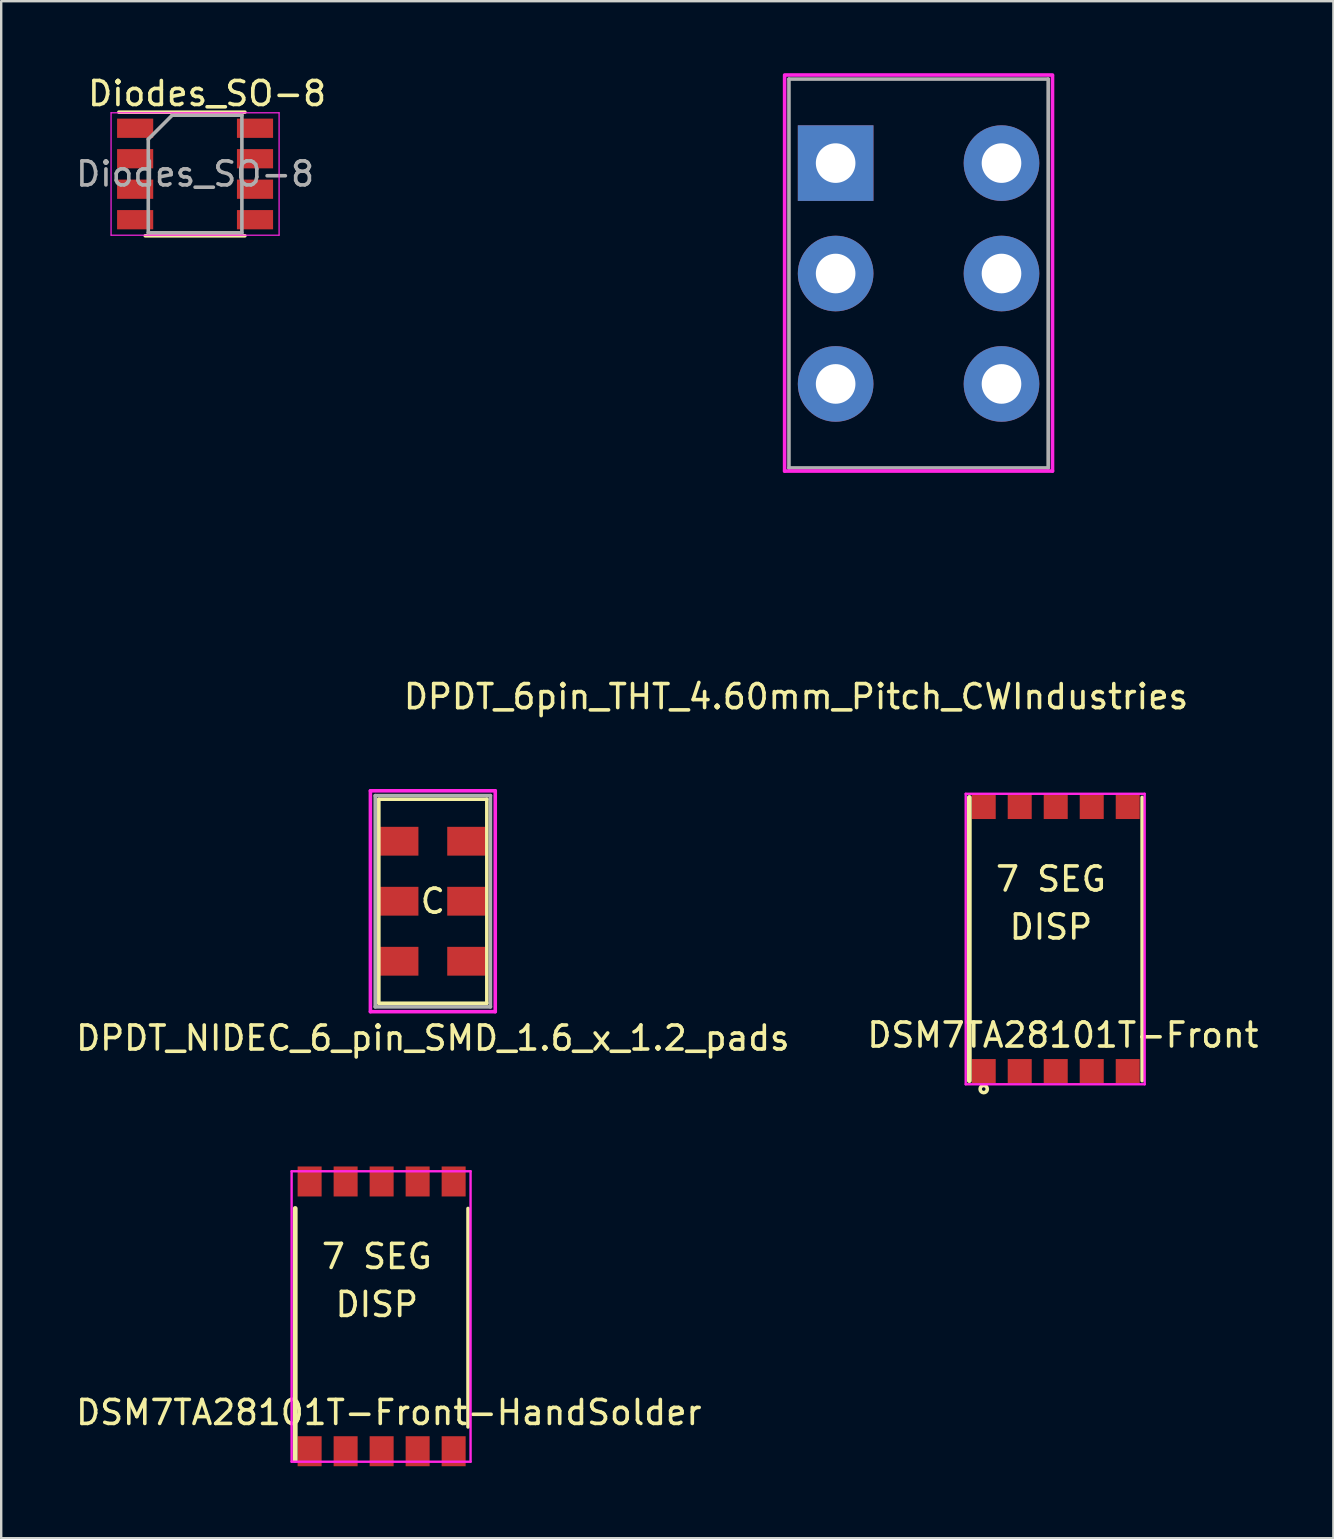
<source format=kicad_pcb>
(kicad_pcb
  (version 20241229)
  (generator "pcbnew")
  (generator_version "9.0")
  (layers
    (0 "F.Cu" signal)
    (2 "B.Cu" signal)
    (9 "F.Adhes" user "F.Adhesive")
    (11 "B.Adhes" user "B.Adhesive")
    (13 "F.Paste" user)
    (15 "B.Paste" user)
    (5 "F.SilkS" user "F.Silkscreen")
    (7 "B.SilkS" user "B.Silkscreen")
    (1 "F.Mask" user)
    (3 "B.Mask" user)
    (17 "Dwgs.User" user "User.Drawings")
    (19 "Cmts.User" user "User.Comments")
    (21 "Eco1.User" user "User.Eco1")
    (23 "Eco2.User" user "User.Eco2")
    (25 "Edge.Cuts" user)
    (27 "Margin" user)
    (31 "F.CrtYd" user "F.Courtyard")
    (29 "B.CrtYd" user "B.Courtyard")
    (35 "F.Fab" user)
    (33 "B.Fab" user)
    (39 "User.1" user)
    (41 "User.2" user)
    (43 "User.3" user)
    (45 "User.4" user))
  (footprint "DSM7TA28101T-Front"
    (layer "F.Cu")
    (at 37.232 30.071)
    (property "Reference" "DSM7TA28101T-Front" (at 4 10 0) (layer "F.SilkS") (effects (font (size 1 1) (thickness 0.15))))
    (attr through_hole)
    (fp_line (start 0.1 0.1) (end 0.1 11.9) (stroke (width 0.2) (type solid)) (layer "F.SilkS"))
    (fp_line (start 7.3 0.1) (end 7.3 11.9) (stroke (width 0.15) (type solid)) (layer "F.SilkS"))
    (fp_circle (center 0.7 12.25) (end 0.85 12.25) (stroke (width 0.15) (type solid)) (fill no) (layer "F.SilkS"))
    (fp_line (start -0.05 -0.05) (end 7.405 -0.05) (stroke (width 0.1) (type solid)) (layer "F.CrtYd"))
    (fp_line (start -0.05 12.05) (end -0.05 -0.05) (stroke (width 0.1) (type solid)) (layer "F.CrtYd"))
    (fp_line (start 7.405 -0.05) (end 7.405 12.05) (stroke (width 0.1) (type solid)) (layer "F.CrtYd"))
    (fp_line (start 7.405 12.05) (end -0.05 12.05) (stroke (width 0.1) (type solid)) (layer "F.CrtYd"))
    (fp_text user "DISP" (at 3.5 5.5 0) (layer "F.SilkS") (effects (font (size 1 1) (thickness 0.15))))
    (fp_text user "7 SEG" (at 3.5 3.5 0) (layer "F.SilkS") (effects (font (size 1 1) (thickness 0.15))))
    (pad "1" smd rect (at 0.7 11.5) (size 1 1) (layers "F.Cu" "F.Mask" "F.Paste"))
    (pad "2" smd rect (at 2.2 11.5) (size 1 1) (layers "F.Cu" "F.Mask" "F.Paste"))
    (pad "3" smd rect (at 3.7 11.5) (size 1 1) (layers "F.Cu" "F.Mask" "F.Paste"))
    (pad "4" smd rect (at 5.2 11.5) (size 1 1) (layers "F.Cu" "F.Mask" "F.Paste"))
    (pad "5" smd rect (at 6.7 11.5) (size 1 1) (layers "F.Cu" "F.Mask" "F.Paste"))
    (pad "6" smd rect (at 6.7 0.5) (size 1 1) (layers "F.Cu" "F.Mask" "F.Paste"))
    (pad "7" smd rect (at 5.2 0.5) (size 1 1) (layers "F.Cu" "F.Mask" "F.Paste"))
    (pad "8" smd rect (at 3.7 0.5) (size 1 1) (layers "F.Cu" "F.Mask" "F.Paste"))
    (pad "9" smd rect (at 2.2 0.5) (size 1 1) (layers "F.Cu" "F.Mask" "F.Paste"))
    (pad "10" smd rect (at 0.7 0.5) (size 1 1) (layers "F.Cu" "F.Mask" "F.Paste")))
  (footprint "DSM7TA28101T-Front-HandSolder"
    (layer "F.Cu")
    (at 9.149 45.796)
    (property "Reference" "DSM7TA28101T-Front-HandSolder" (at 4 10 0) (layer "F.SilkS") (effects (font (size 1 1) (thickness 0.15))))
    (attr through_hole)
    (fp_line (start 0.1 1.5) (end 0.1 12) (stroke (width 0.2) (type solid)) (layer "F.SilkS"))
    (fp_line (start 7.3 1.5) (end 7.3 10.6) (stroke (width 0.15) (type solid)) (layer "F.SilkS"))
    (fp_line (start -0.05 -0.05) (end 7.405 -0.05) (stroke (width 0.1) (type solid)) (layer "F.CrtYd"))
    (fp_line (start -0.05 12.05) (end -0.05 -0.05) (stroke (width 0.1) (type solid)) (layer "F.CrtYd"))
    (fp_line (start 7.405 -0.05) (end 7.405 12.05) (stroke (width 0.1) (type solid)) (layer "F.CrtYd"))
    (fp_line (start 7.405 12.05) (end -0.05 12.05) (stroke (width 0.1) (type solid)) (layer "F.CrtYd"))
    (fp_text user "7 SEG" (at 3.5 3.5 0) (layer "F.SilkS") (effects (font (size 1 1) (thickness 0.15))))
    (fp_text user "DISP" (at 3.5 5.5 0) (layer "F.SilkS") (effects (font (size 1 1) (thickness 0.15))))
    (pad "1" smd rect (at 0.7 11.613) (size 1 1.25) (layers "F.Cu" "F.Mask" "F.Paste"))
    (pad "2" smd rect (at 2.2 11.613) (size 1 1.25) (layers "F.Cu" "F.Mask" "F.Paste"))
    (pad "3" smd rect (at 3.7 11.613) (size 1 1.25) (layers "F.Cu" "F.Mask" "F.Paste"))
    (pad "4" smd rect (at 5.2 11.613) (size 1 1.25) (layers "F.Cu" "F.Mask" "F.Paste"))
    (pad "5" smd rect (at 6.7 11.613) (size 1 1.25) (layers "F.Cu" "F.Mask"))
    (pad "6" smd rect (at 6.7 0.375) (size 1 1.25) (layers "F.Cu" "F.Mask" "F.Paste"))
    (pad "7" smd rect (at 5.2 0.375) (size 1 1.25) (layers "F.Cu" "F.Mask" "F.Paste"))
    (pad "8" smd rect (at 3.7 0.375) (size 1 1.25) (layers "F.Cu" "F.Mask" "F.Paste"))
    (pad "9" smd rect (at 2.2 0.375) (size 1 1.25) (layers "F.Cu" "F.Mask" "F.Paste"))
    (pad "10" smd rect (at 0.7 0.375) (size 1 1.25) (layers "F.Cu" "F.Mask" "F.Paste")))
  (footprint "DPDT_6pin_THT_4.60mm_Pitch_CWIndustries"
    (layer "F.Cu")
    (at 35.218 8.345)
    (property "Reference" "DPDT_6pin_THT_4.60mm_Pitch_CWIndustries" (at -5.105 17.628 0) (layer "F.SilkS") (effects (font (size 1 1) (thickness 0.15))))
    (attr through_hole)
    (fp_line (start -5.58 -8.27) (end 5.58 -8.27) (stroke (width 0.15) (type solid)) (layer "F.CrtYd"))
    (fp_line (start -5.58 -8.23) (end -5.58 8.23) (stroke (width 0.15) (type solid)) (layer "F.CrtYd"))
    (fp_line (start -5.58 8.23) (end 5.58 8.23) (stroke (width 0.15) (type solid)) (layer "F.CrtYd"))
    (fp_line (start 5.58 -8.23) (end 5.58 8.23) (stroke (width 0.15) (type solid)) (layer "F.CrtYd"))
    (fp_line (start -5.4 -8.1) (end -5.4 8.1) (stroke (width 0.15) (type solid)) (layer "F.Fab"))
    (fp_line (start -5.4 8.1) (end 5.4 8.1) (stroke (width 0.15) (type solid)) (layer "F.Fab"))
    (fp_line (start 5.4 -8.1) (end -5.4 -8.1) (stroke (width 0.15) (type solid)) (layer "F.Fab"))
    (fp_line (start 5.4 8.1) (end 5.4 -8.1) (stroke (width 0.15) (type solid)) (layer "F.Fab"))
    (pad "1" thru_hole rect (at -3.455 -4.6) (size 3.15 3.15) (drill 1.65) (layers "*.Cu" "*.Mask"))
    (pad "2" thru_hole circle (at -3.455 0) (size 3.15 3.15) (drill 1.65) (layers "*.Cu" "*.Mask"))
    (pad "3" thru_hole circle (at -3.455 4.6) (size 3.15 3.15) (drill 1.65) (layers "*.Cu" "*.Mask"))
    (pad "4" thru_hole circle (at 3.455 4.6) (size 3.15 3.15) (drill 1.65) (layers "*.Cu" "*.Mask"))
    (pad "5" thru_hole circle (at 3.455 0) (size 3.15 3.15) (drill 1.65) (layers "*.Cu" "*.Mask"))
    (pad "6" thru_hole circle (at 3.455 -4.6) (size 3.15 3.15) (drill 1.65) (layers "*.Cu" "*.Mask")))
  (footprint "DPDT_NIDEC_6_pin_SMD_1.6_x_1.2_pads"
    (layer "F.Cu")
    (at 14.982 34.496)
    (property "Reference" "DPDT_NIDEC_6_pin_SMD_1.6_x_1.2_pads" (at 0 5.7 0) (layer "F.SilkS") (effects (font (size 1 1) (thickness 0.15))))
    (attr through_hole)
    (fp_line (start -2.25 -4.25) (end 2.25 -4.25) (stroke (width 0.15) (type solid)) (layer "F.SilkS"))
    (fp_line (start -2.25 4.25) (end -2.25 -4.25) (stroke (width 0.15) (type solid)) (layer "F.SilkS"))
    (fp_line (start -2.25 4.25) (end 2.25 4.25) (stroke (width 0.15) (type solid)) (layer "F.SilkS"))
    (fp_line (start 2.25 4.25) (end 2.25 -4.25) (stroke (width 0.15) (type solid)) (layer "F.SilkS"))
    (fp_line (start -2.6 -4.6) (end -2.6 4.6) (stroke (width 0.15) (type solid)) (layer "F.CrtYd"))
    (fp_line (start -2.6 4.6) (end 2.6 4.6) (stroke (width 0.15) (type solid)) (layer "F.CrtYd"))
    (fp_line (start 2.6 -4.6) (end -2.6 -4.6) (stroke (width 0.15) (type solid)) (layer "F.CrtYd"))
    (fp_line (start 2.6 4.6) (end 2.6 -4.6) (stroke (width 0.15) (type solid)) (layer "F.CrtYd"))
    (fp_line (start -2.4 -4.4) (end -2.4 4.4) (stroke (width 0.15) (type solid)) (layer "F.Fab"))
    (fp_line (start -2.4 4.4) (end 2.4 4.4) (stroke (width 0.15) (type solid)) (layer "F.Fab"))
    (fp_line (start 2.4 -4.4) (end -2.4 -4.4) (stroke (width 0.15) (type solid)) (layer "F.Fab"))
    (fp_line (start 2.4 4.4) (end 2.4 -4.4) (stroke (width 0.15) (type solid)) (layer "F.Fab"))
    (fp_text user "C" (at 0 0 0) (layer "F.SilkS") (effects (font (size 1 1) (thickness 0.15))))
    (pad "1" smd rect (at -1.4 -2.5) (size 1.6 1.2) (layers "F.Cu" "F.Mask" "F.Paste"))
    (pad "2" smd rect (at -1.4 0) (size 1.6 1.2) (layers "F.Cu" "F.Mask" "F.Paste"))
    (pad "3" smd rect (at -1.4 2.5) (size 1.6 1.2) (layers "F.Cu" "F.Mask" "F.Paste"))
    (pad "4" smd rect (at 1.4 -2.5) (size 1.6 1.2) (layers "F.Cu" "F.Mask" "F.Paste"))
    (pad "5" smd rect (at 1.4 0) (size 1.6 1.2) (layers "F.Cu" "F.Mask" "F.Paste"))
    (pad "6" smd rect (at 1.4 2.5) (size 1.6 1.2) (layers "F.Cu" "F.Mask" "F.Paste")))
  (footprint "Diodes_SO-8"
    (layer "F.Cu")
    (at 4.877 4.298)
    (property "Reference" "Diodes_SO-8" (at 0.7 -3.45 0) (layer "F.SilkS") (effects (font (size 1 1) (thickness 0.15))))
    (attr through_hole)
    (fp_line (start -2.975 -2.675) (end 2.275 -2.675) (stroke (width 0.15) (type solid)) (layer "F.SilkS"))
    (fp_line (start -1.875 2.475) (end 2.275 2.475) (stroke (width 0.15) (type solid)) (layer "F.SilkS"))
    (fp_line (start -3.3 -2.65) (end -3.3 2.45) (stroke (width 0.05) (type solid)) (layer "F.CrtYd"))
    (fp_line (start -3.3 -2.65) (end 3.7 -2.65) (stroke (width 0.05) (type solid)) (layer "F.CrtYd"))
    (fp_line (start -3.3 2.45) (end 3.7 2.45) (stroke (width 0.05) (type solid)) (layer "F.CrtYd"))
    (fp_line (start 3.7 -2.65) (end 3.7 2.45) (stroke (width 0.05) (type solid)) (layer "F.CrtYd"))
    (fp_line (start -1.75 -1.55) (end -0.75 -2.55) (stroke (width 0.15) (type solid)) (layer "F.Fab"))
    (fp_line (start -1.75 2.35) (end -1.75 -1.55) (stroke (width 0.15) (type solid)) (layer "F.Fab"))
    (fp_line (start -0.75 -2.55) (end 2.15 -2.55) (stroke (width 0.15) (type solid)) (layer "F.Fab"))
    (fp_line (start 2.15 -2.55) (end 2.15 2.35) (stroke (width 0.15) (type solid)) (layer "F.Fab"))
    (fp_line (start 2.15 2.35) (end -1.75 2.35) (stroke (width 0.15) (type solid)) (layer "F.Fab"))
    (fp_text user "${REFERENCE}" (at 0.2 -0.1 0) (layer "F.Fab") (effects (font (size 1 1) (thickness 0.15))))
    (pad "1" smd rect (at -2.297 -2.005) (size 1.505 0.802) (layers "F.Cu" "F.Mask" "F.Paste"))
    (pad "2" smd rect (at -2.297 -0.735) (size 1.505 0.802) (layers "F.Cu" "F.Mask" "F.Paste"))
    (pad "3" smd rect (at -2.297 0.535) (size 1.505 0.802) (layers "F.Cu" "F.Mask" "F.Paste"))
    (pad "4" smd rect (at -2.297 1.805) (size 1.505 0.802) (layers "F.Cu" "F.Mask" "F.Paste"))
    (pad "5" smd rect (at 2.697 1.805) (size 1.505 0.802) (layers "F.Cu" "F.Mask" "F.Paste"))
    (pad "6" smd rect (at 2.697 0.535) (size 1.505 0.802) (layers "F.Cu" "F.Mask" "F.Paste"))
    (pad "7" smd rect (at 2.697 -0.735) (size 1.505 0.802) (layers "F.Cu" "F.Mask" "F.Paste"))
    (pad "8" smd rect (at 2.697 -2.005) (size 1.505 0.802) (layers "F.Cu" "F.Mask" "F.Paste")))
  (gr_rect
    (start -3 -3)
    (end 52.5 61.033)
    (stroke (width 0.1) (type default))
    (fill no)
    (layer "Edge.Cuts")))
</source>
